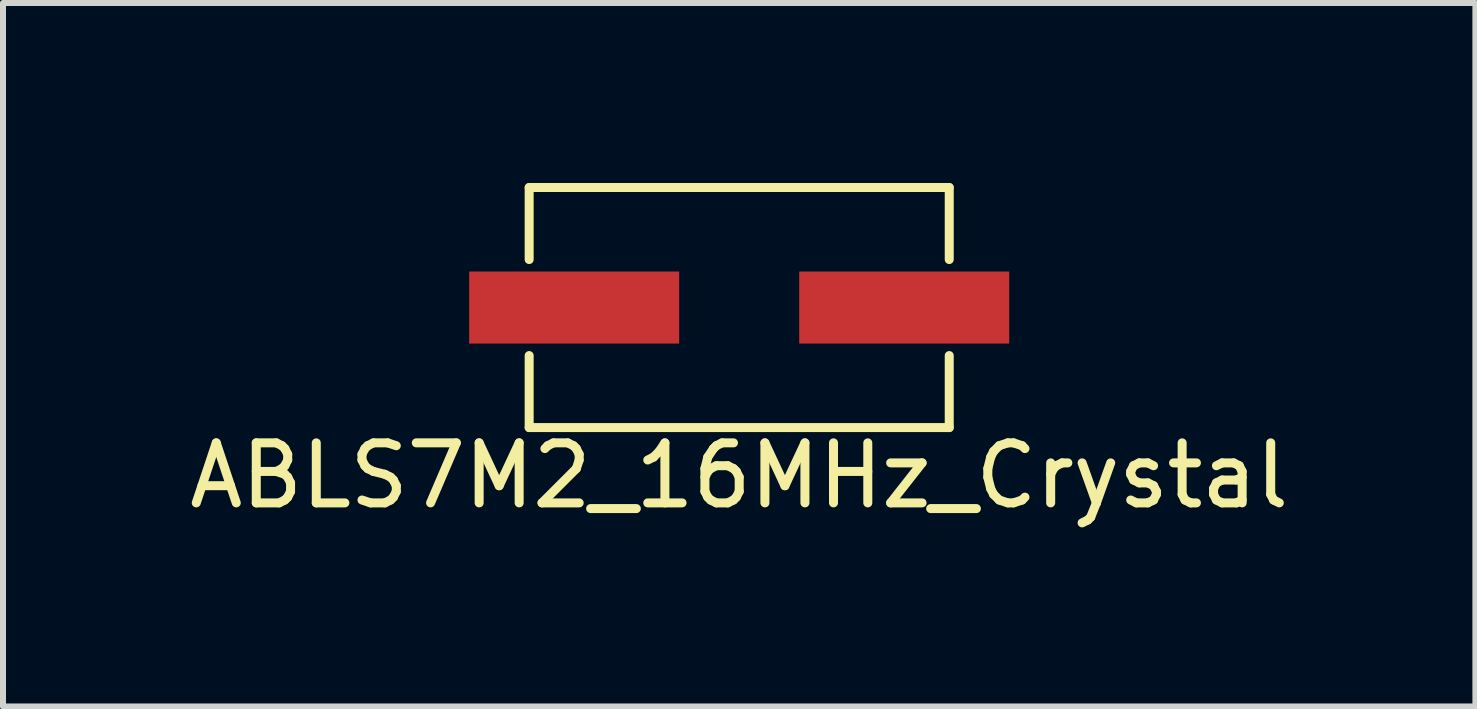
<source format=kicad_pcb>
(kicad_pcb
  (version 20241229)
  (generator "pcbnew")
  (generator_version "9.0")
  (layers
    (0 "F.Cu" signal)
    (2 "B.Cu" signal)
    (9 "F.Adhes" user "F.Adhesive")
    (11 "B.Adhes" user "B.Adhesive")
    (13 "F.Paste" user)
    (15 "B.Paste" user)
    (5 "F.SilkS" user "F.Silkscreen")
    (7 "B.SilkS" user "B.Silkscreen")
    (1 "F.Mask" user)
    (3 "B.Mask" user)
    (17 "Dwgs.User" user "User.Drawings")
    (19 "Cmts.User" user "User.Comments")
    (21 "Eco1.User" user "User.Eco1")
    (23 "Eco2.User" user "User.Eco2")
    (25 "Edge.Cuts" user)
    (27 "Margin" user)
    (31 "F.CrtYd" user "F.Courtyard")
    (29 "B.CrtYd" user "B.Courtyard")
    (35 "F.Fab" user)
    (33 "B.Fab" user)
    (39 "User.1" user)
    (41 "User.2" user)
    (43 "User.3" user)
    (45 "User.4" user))
  (footprint "ABLS7M2_16MHz_Crystal"
    (layer "F.Cu")
    (at 9.268 2.075)
    (property "Reference" "ABLS7M2_16MHz_Crystal" (at 0 2.8 0) (layer "F.SilkS") (effects (font (size 1 1) (thickness 0.15))))
    (attr through_hole)
    (fp_line (start -3.5 -2) (end 3.5 -2) (stroke (width 0.15) (type solid)) (layer "F.SilkS"))
    (fp_line (start -3.5 -0.8) (end -3.5 -2) (stroke (width 0.15) (type solid)) (layer "F.SilkS"))
    (fp_line (start -3.5 0.8) (end -3.5 2) (stroke (width 0.15) (type solid)) (layer "F.SilkS"))
    (fp_line (start -3.5 2) (end 3.5 2) (stroke (width 0.15) (type solid)) (layer "F.SilkS"))
    (fp_line (start 3.5 -2) (end 3.5 -0.8) (stroke (width 0.15) (type solid)) (layer "F.SilkS"))
    (fp_line (start 3.5 2) (end 3.5 0.8) (stroke (width 0.15) (type solid)) (layer "F.SilkS"))
    (pad "1" smd rect (at -2.75 0) (size 3.5 1.2) (layers "F.Cu" "F.Mask" "F.Paste"))
    (pad "2" smd rect (at 2.75 0) (size 3.5 1.2) (layers "F.Cu" "F.Mask" "F.Paste")))
  (gr_rect
    (start -3 -3)
    (end 21.536 8.723)
    (stroke (width 0.1) (type default))
    (fill no)
    (layer "Edge.Cuts")))
</source>
